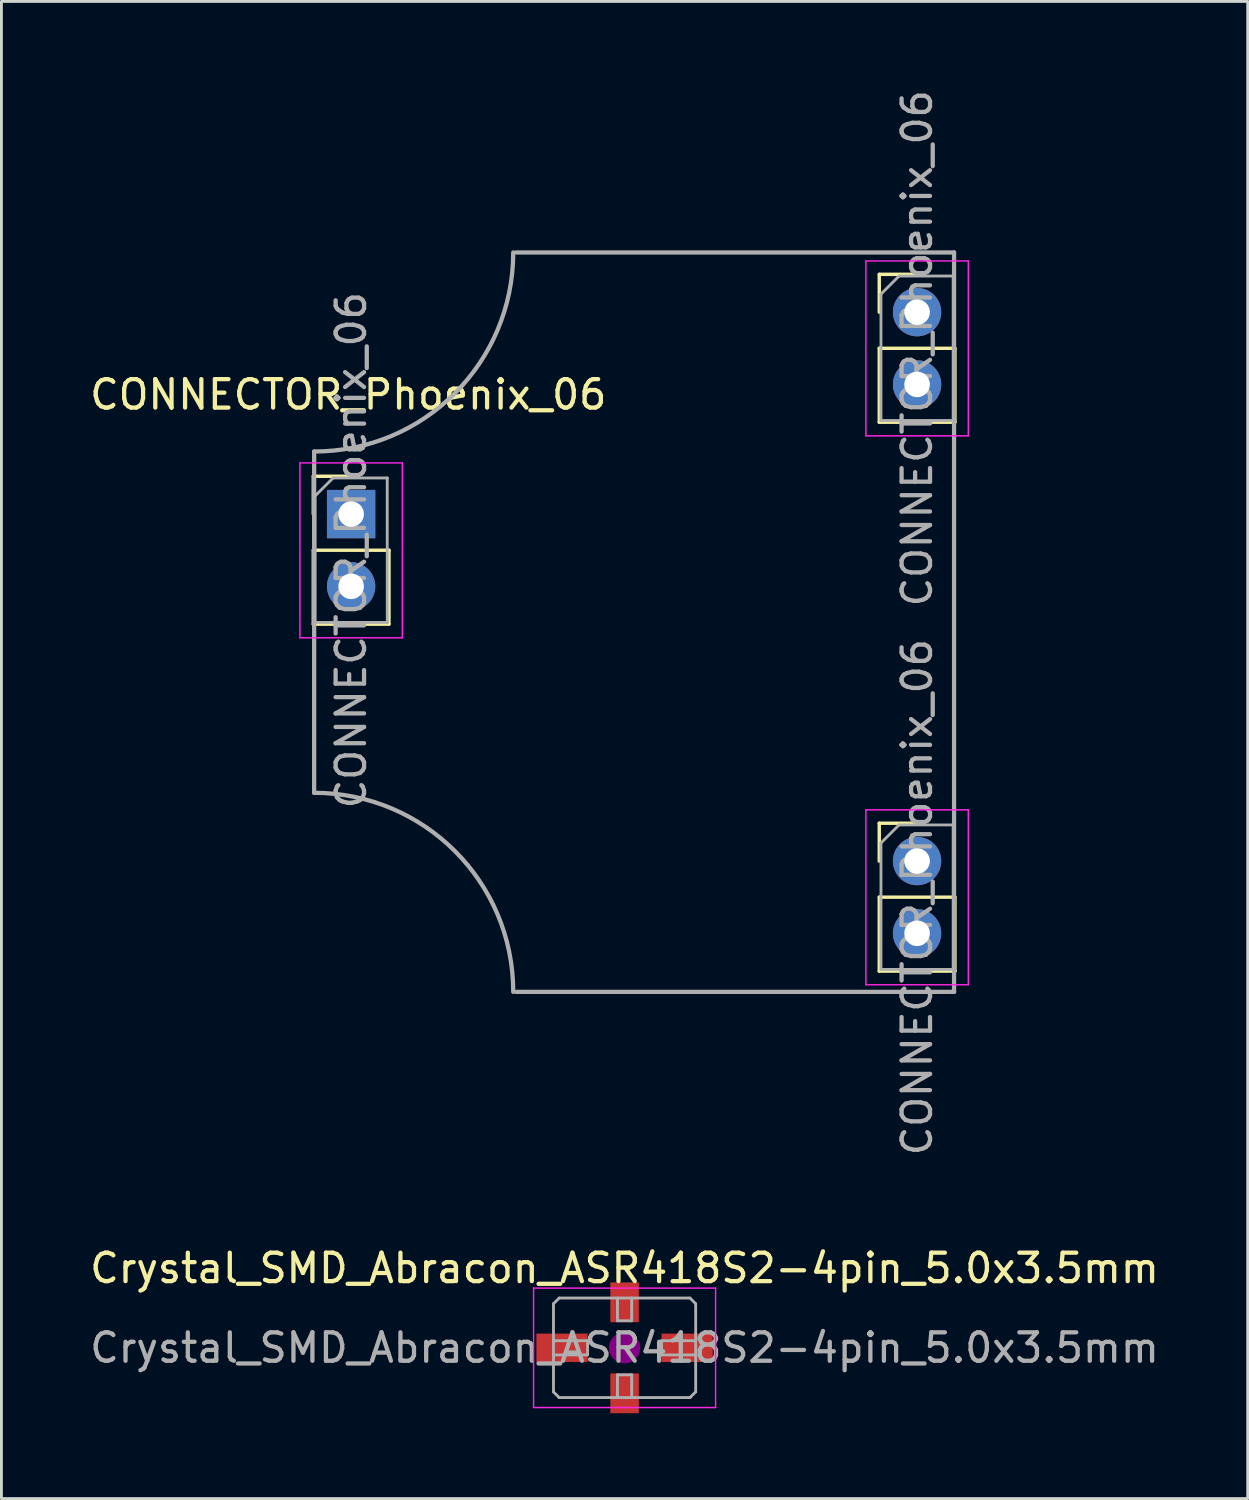
<source format=kicad_pcb>
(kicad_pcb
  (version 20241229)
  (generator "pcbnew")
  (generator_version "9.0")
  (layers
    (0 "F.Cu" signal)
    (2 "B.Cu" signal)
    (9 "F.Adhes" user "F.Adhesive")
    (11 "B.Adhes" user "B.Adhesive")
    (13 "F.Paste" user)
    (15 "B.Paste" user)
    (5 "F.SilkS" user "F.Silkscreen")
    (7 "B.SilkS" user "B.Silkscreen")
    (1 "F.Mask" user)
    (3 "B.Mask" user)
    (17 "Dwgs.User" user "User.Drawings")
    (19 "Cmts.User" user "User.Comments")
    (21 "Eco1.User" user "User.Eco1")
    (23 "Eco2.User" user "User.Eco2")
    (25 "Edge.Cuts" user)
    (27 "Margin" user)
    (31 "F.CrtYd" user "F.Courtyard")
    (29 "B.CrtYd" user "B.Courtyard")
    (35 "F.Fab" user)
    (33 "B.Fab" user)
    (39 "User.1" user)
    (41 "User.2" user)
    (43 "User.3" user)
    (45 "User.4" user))
  (footprint "CONNECTOR_Phoenix_06"
    (layer "F.Cu")
    (at 9.296 14.226)
    (property "Reference" "CONNECTOR_Phoenix_06" (at -0.1 -3.4 0) (layer "F.SilkS") (effects (font (size 1 1) (thickness 0.15))))
    (attr through_hole)
    (fp_line (start -1.33 -0.53) (end 0 -0.53) (stroke (width 0.12) (type solid)) (layer "F.SilkS"))
    (fp_line (start -1.33 0.8) (end -1.33 -0.53) (stroke (width 0.12) (type solid)) (layer "F.SilkS"))
    (fp_line (start -1.33 2.07) (end -1.33 4.67) (stroke (width 0.12) (type solid)) (layer "F.SilkS"))
    (fp_line (start -1.33 2.07) (end 1.33 2.07) (stroke (width 0.12) (type solid)) (layer "F.SilkS"))
    (fp_line (start -1.33 4.67) (end 1.33 4.67) (stroke (width 0.12) (type solid)) (layer "F.SilkS"))
    (fp_line (start 1.33 2.07) (end 1.33 4.67) (stroke (width 0.12) (type solid)) (layer "F.SilkS"))
    (fp_line (start 18.57 -7.63) (end 19.9 -7.63) (stroke (width 0.12) (type solid)) (layer "F.SilkS"))
    (fp_line (start 18.57 -6.3) (end 18.57 -7.63) (stroke (width 0.12) (type solid)) (layer "F.SilkS"))
    (fp_line (start 18.57 -5.03) (end 18.57 -2.43) (stroke (width 0.12) (type solid)) (layer "F.SilkS"))
    (fp_line (start 18.57 -5.03) (end 21.23 -5.03) (stroke (width 0.12) (type solid)) (layer "F.SilkS"))
    (fp_line (start 18.57 -2.43) (end 21.23 -2.43) (stroke (width 0.12) (type solid)) (layer "F.SilkS"))
    (fp_line (start 18.57 11.67) (end 19.9 11.67) (stroke (width 0.12) (type solid)) (layer "F.SilkS"))
    (fp_line (start 18.57 13) (end 18.57 11.67) (stroke (width 0.12) (type solid)) (layer "F.SilkS"))
    (fp_line (start 18.57 14.27) (end 18.57 16.87) (stroke (width 0.12) (type solid)) (layer "F.SilkS"))
    (fp_line (start 18.57 14.27) (end 21.23 14.27) (stroke (width 0.12) (type solid)) (layer "F.SilkS"))
    (fp_line (start 18.57 16.87) (end 21.23 16.87) (stroke (width 0.12) (type solid)) (layer "F.SilkS"))
    (fp_line (start 21.23 -5.03) (end 21.23 -2.43) (stroke (width 0.12) (type solid)) (layer "F.SilkS"))
    (fp_line (start 21.23 14.27) (end 21.23 16.87) (stroke (width 0.12) (type solid)) (layer "F.SilkS"))
    (fp_line (start -1.8 -1) (end -1.8 5.15) (stroke (width 0.05) (type solid)) (layer "F.CrtYd"))
    (fp_line (start -1.8 5.15) (end 1.8 5.15) (stroke (width 0.05) (type solid)) (layer "F.CrtYd"))
    (fp_line (start 1.8 -1) (end -1.8 -1) (stroke (width 0.05) (type solid)) (layer "F.CrtYd"))
    (fp_line (start 1.8 5.15) (end 1.8 -1) (stroke (width 0.05) (type solid)) (layer "F.CrtYd"))
    (fp_line (start 18.1 -8.1) (end 18.1 -1.95) (stroke (width 0.05) (type solid)) (layer "F.CrtYd"))
    (fp_line (start 18.1 -1.95) (end 21.7 -1.95) (stroke (width 0.05) (type solid)) (layer "F.CrtYd"))
    (fp_line (start 18.1 11.2) (end 18.1 17.35) (stroke (width 0.05) (type solid)) (layer "F.CrtYd"))
    (fp_line (start 18.1 17.35) (end 21.7 17.35) (stroke (width 0.05) (type solid)) (layer "F.CrtYd"))
    (fp_line (start 21.7 -8.1) (end 18.1 -8.1) (stroke (width 0.05) (type solid)) (layer "F.CrtYd"))
    (fp_line (start 21.7 -1.95) (end 21.7 -8.1) (stroke (width 0.05) (type solid)) (layer "F.CrtYd"))
    (fp_line (start 21.7 11.2) (end 18.1 11.2) (stroke (width 0.05) (type solid)) (layer "F.CrtYd"))
    (fp_line (start 21.7 17.35) (end 21.7 11.2) (stroke (width 0.05) (type solid)) (layer "F.CrtYd"))
    (fp_line (start -1.3 -1.4) (end -1.3 10.6) (stroke (width 0.15) (type solid)) (layer "F.Fab"))
    (fp_line (start -1.27 0.165) (end -0.635 -0.47) (stroke (width 0.1) (type solid)) (layer "F.Fab"))
    (fp_line (start -1.27 4.61) (end -1.27 0.165) (stroke (width 0.1) (type solid)) (layer "F.Fab"))
    (fp_line (start -0.635 -0.47) (end 1.27 -0.47) (stroke (width 0.1) (type solid)) (layer "F.Fab"))
    (fp_line (start 1.27 -0.47) (end 1.27 4.61) (stroke (width 0.1) (type solid)) (layer "F.Fab"))
    (fp_line (start 1.27 4.61) (end -1.27 4.61) (stroke (width 0.1) (type solid)) (layer "F.Fab"))
    (fp_line (start 5.8 -8.4) (end 21.2 -8.4) (stroke (width 0.15) (type solid)) (layer "F.Fab"))
    (fp_line (start 18.63 -6.935) (end 19.265 -7.57) (stroke (width 0.1) (type solid)) (layer "F.Fab"))
    (fp_line (start 18.63 -2.49) (end 18.63 -6.935) (stroke (width 0.1) (type solid)) (layer "F.Fab"))
    (fp_line (start 18.63 12.365) (end 19.265 11.73) (stroke (width 0.1) (type solid)) (layer "F.Fab"))
    (fp_line (start 18.63 16.81) (end 18.63 12.365) (stroke (width 0.1) (type solid)) (layer "F.Fab"))
    (fp_line (start 19.265 -7.57) (end 21.17 -7.57) (stroke (width 0.1) (type solid)) (layer "F.Fab"))
    (fp_line (start 19.265 11.73) (end 21.17 11.73) (stroke (width 0.1) (type solid)) (layer "F.Fab"))
    (fp_line (start 21.17 -7.57) (end 21.17 -2.49) (stroke (width 0.1) (type solid)) (layer "F.Fab"))
    (fp_line (start 21.17 -2.49) (end 18.63 -2.49) (stroke (width 0.1) (type solid)) (layer "F.Fab"))
    (fp_line (start 21.17 11.73) (end 21.17 16.81) (stroke (width 0.1) (type solid)) (layer "F.Fab"))
    (fp_line (start 21.17 16.81) (end 18.63 16.81) (stroke (width 0.1) (type solid)) (layer "F.Fab"))
    (fp_line (start 21.2 -8.4) (end 21.2 17.6) (stroke (width 0.15) (type solid)) (layer "F.Fab"))
    (fp_line (start 21.2 17.6) (end 5.8 17.6) (stroke (width 0.15) (type solid)) (layer "F.Fab"))
    (fp_arc (start -1.3 10.6) (mid 3.649747 12.650253) (end 5.7 17.6) (stroke (width 0.15) (type solid)) (layer "F.Fab"))
    (fp_arc (start 5.7 -8.4) (mid 3.649747 -3.450253) (end -1.3 -1.4) (stroke (width 0.15) (type solid)) (layer "F.Fab"))
    (fp_text user "${REFERENCE}" (at 19.9 -5.03 90) (layer "F.Fab") (effects (font (size 1 1) (thickness 0.15))))
    (fp_text user "${REFERENCE}" (at 0 2.07 90) (layer "F.Fab") (effects (font (size 1 1) (thickness 0.15))))
    (fp_text user "${REFERENCE}" (at 19.9 14.27 90) (layer "F.Fab") (effects (font (size 1 1) (thickness 0.15))))
    (pad "1" thru_hole rect (at 0 0.8) (size 1.7 1.7) (drill 0.9) (layers "*.Cu" "*.Mask"))
    (pad "2" thru_hole oval (at 0 3.34) (size 1.7 1.7) (drill 0.9) (layers "*.Cu" "*.Mask"))
    (pad "3" thru_hole oval (at 19.9 15.54) (size 1.7 1.7) (drill 0.9) (layers "*.Cu" "*.Mask"))
    (pad "4" thru_hole oval (at 19.9 13) (size 1.7 1.7) (drill 0.9) (layers "*.Cu" "*.Mask"))
    (pad "5" thru_hole oval (at 19.9 -3.76) (size 1.7 1.7) (drill 0.9) (layers "*.Cu" "*.Mask"))
    (pad "6" thru_hole oval (at 19.9 -6.3) (size 1.7 1.7) (drill 0.9) (layers "*.Cu" "*.Mask")))
  (footprint "Crystal_SMD_Abracon_ASR418S2-4pin_5.0x3.5mm"
    (layer "F.Cu")
    (at 18.911 44.341)
    (property "Reference" "Crystal_SMD_Abracon_ASR418S2-4pin_5.0x3.5mm" (at 0 -2.8 0) (layer "F.SilkS") (effects (font (size 1 1) (thickness 0.15))))
    (attr smd)
    (fp_circle (center 0 0) (end 0.117 0) (stroke (width 0.233) (type solid)) (fill no) (layer "F.Adhes"))
    (fp_circle (center 0 0) (end 0.267 0) (stroke (width 0.167) (type solid)) (fill no) (layer "F.Adhes"))
    (fp_circle (center 0 0) (end 0.417 0) (stroke (width 0.167) (type solid)) (fill no) (layer "F.Adhes"))
    (fp_circle (center 0 0) (end 0.5 0) (stroke (width 0.1) (type solid)) (fill no) (layer "F.Adhes"))
    (fp_line (start -3.2 -2.1) (end -3.2 2.1) (stroke (width 0.05) (type solid)) (layer "F.CrtYd"))
    (fp_line (start -3.2 2.1) (end 3.2 2.1) (stroke (width 0.05) (type solid)) (layer "F.CrtYd"))
    (fp_line (start 3.2 -2.1) (end -3.2 -2.1) (stroke (width 0.05) (type solid)) (layer "F.CrtYd"))
    (fp_line (start 3.2 2.1) (end 3.2 -2.1) (stroke (width 0.05) (type solid)) (layer "F.CrtYd"))
    (fp_line (start -2.5 -1.55) (end -2.3 -1.75) (stroke (width 0.1) (type solid)) (layer "F.Fab"))
    (fp_line (start -2.5 -0.25) (end -1.3 -0.25) (stroke (width 0.1) (type solid)) (layer "F.Fab"))
    (fp_line (start -2.5 0.25) (end -1.3 0.25) (stroke (width 0.1) (type solid)) (layer "F.Fab"))
    (fp_line (start -2.5 1.55) (end -2.5 -1.55) (stroke (width 0.1) (type solid)) (layer "F.Fab"))
    (fp_line (start -2.3 -1.75) (end 2.3 -1.75) (stroke (width 0.1) (type solid)) (layer "F.Fab"))
    (fp_line (start -2.3 1.75) (end -2.5 1.55) (stroke (width 0.1) (type solid)) (layer "F.Fab"))
    (fp_line (start -1.3 0.25) (end -1.3 -0.25) (stroke (width 0.1) (type solid)) (layer "F.Fab"))
    (fp_line (start -0.25 -1.75) (end -0.25 -0.95) (stroke (width 0.1) (type solid)) (layer "F.Fab"))
    (fp_line (start -0.25 -0.95) (end 0.25 -0.95) (stroke (width 0.1) (type solid)) (layer "F.Fab"))
    (fp_line (start -0.25 1.75) (end -0.25 0.95) (stroke (width 0.1) (type solid)) (layer "F.Fab"))
    (fp_line (start 0.25 -1.75) (end 0.25 -0.95) (stroke (width 0.1) (type solid)) (layer "F.Fab"))
    (fp_line (start 0.25 0.95) (end -0.25 0.95) (stroke (width 0.1) (type solid)) (layer "F.Fab"))
    (fp_line (start 0.25 1.75) (end 0.25 0.95) (stroke (width 0.1) (type solid)) (layer "F.Fab"))
    (fp_line (start 1.3 -0.25) (end 1.3 0.25) (stroke (width 0.1) (type solid)) (layer "F.Fab"))
    (fp_line (start 2.3 -1.75) (end 2.5 -1.55) (stroke (width 0.1) (type solid)) (layer "F.Fab"))
    (fp_line (start 2.3 1.75) (end -2.3 1.75) (stroke (width 0.1) (type solid)) (layer "F.Fab"))
    (fp_line (start 2.5 -1.55) (end 2.5 1.55) (stroke (width 0.1) (type solid)) (layer "F.Fab"))
    (fp_line (start 2.5 -0.25) (end 1.3 -0.25) (stroke (width 0.1) (type solid)) (layer "F.Fab"))
    (fp_line (start 2.5 0.25) (end 1.3 0.25) (stroke (width 0.1) (type solid)) (layer "F.Fab"))
    (fp_line (start 2.5 1.55) (end 2.3 1.75) (stroke (width 0.1) (type solid)) (layer "F.Fab"))
    (fp_text user "${REFERENCE}" (at 0 0 0) (layer "F.Fab") (effects (font (size 1 1) (thickness 0.15))))
    (pad "1" smd rect (at 0 -1.6 90) (size 1.4 1) (layers "F.Cu" "F.Mask" "F.Paste"))
    (pad "2" smd rect (at -2.2 0 180) (size 1.8 1) (layers "F.Cu" "F.Mask" "F.Paste"))
    (pad "3" smd rect (at 0 1.6 90) (size 1.4 1) (layers "F.Cu" "F.Mask" "F.Paste"))
    (pad "4" smd rect (at 2.2 0) (size 1.8 1) (layers "F.Cu" "F.Mask" "F.Paste")))
  (gr_rect
    (start -3 -3)
    (end 40.821 49.641)
    (stroke (width 0.1) (type default))
    (fill no)
    (layer "Edge.Cuts")))
</source>
